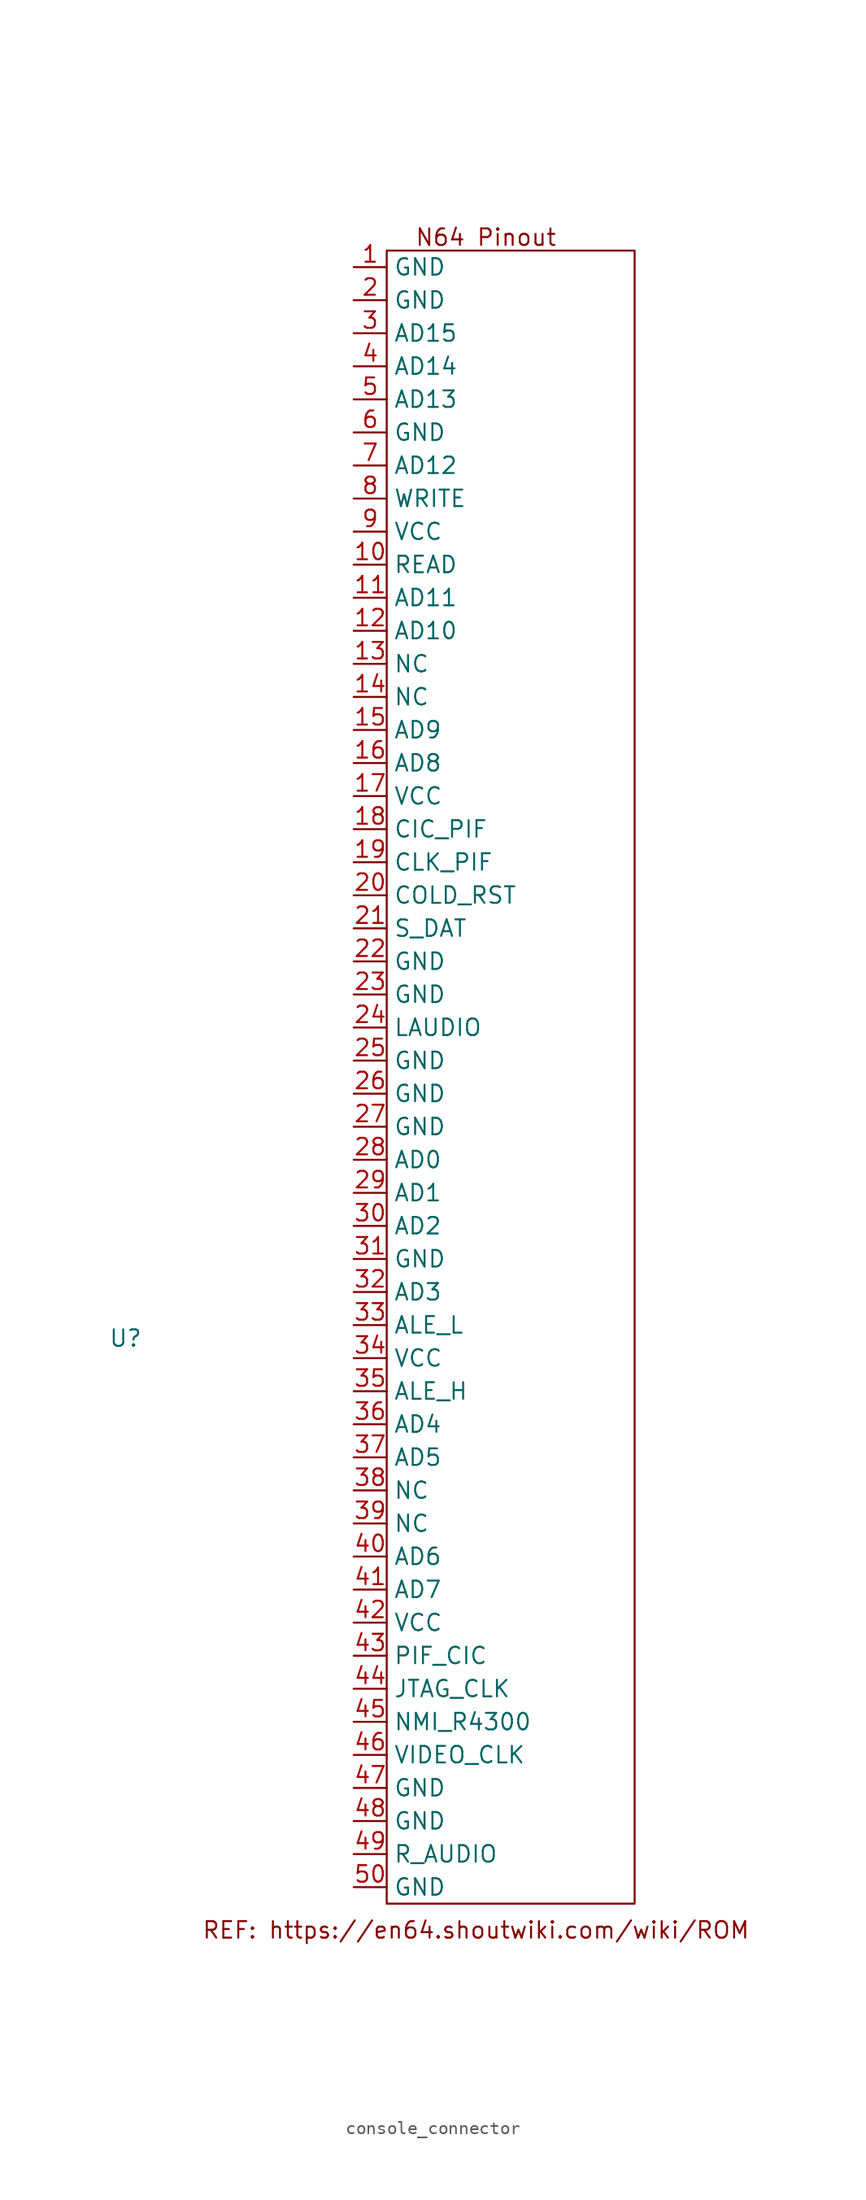
<source format=kicad_sym>
(kicad_symbol_lib
  (version 20231120)
  (generator "kicad_symbol_editor")
  (generator_version "8.0")
  (symbol "console_connector"
    (property "Reference" "U"
      (at -20.066 4.064 0)
      (effects (font (size 1.27 1.27))))
    (property "Value" ""
      (at 0 0 0)
      (effects (font (size 1.27 1.27))))
    (symbol "console_connector_0_1"
      (rectangle (start 0 87.63) (end 19.05 -39.37) (stroke (width 0) (type default)) (fill (type none))))
    (symbol "console_connector_1_1"
      (text "N64 Pinout" (at 7.62 88.646 0) (effects (font (size 1.27 1.27))))
      (text "REF: https://en64.shoutwiki.com/wiki/ROM" (at 6.858 -41.402 0) (effects (font (size 1.27 1.27))))
      (pin bidirectional line (at -2.54 86.36 0) (length 2.54) (name "GND" (effects (font (size 1.27 1.27)))) (number "1" (effects (font (size 1.27 1.27)))))
      (pin bidirectional line (at -2.54 63.5 0) (length 2.54) (name "READ" (effects (font (size 1.27 1.27)))) (number "10" (effects (font (size 1.27 1.27)))))
      (pin bidirectional line (at -2.54 60.96 0) (length 2.54) (name "AD11" (effects (font (size 1.27 1.27)))) (number "11" (effects (font (size 1.27 1.27)))))
      (pin bidirectional line (at -2.54 58.42 0) (length 2.54) (name "AD10" (effects (font (size 1.27 1.27)))) (number "12" (effects (font (size 1.27 1.27)))))
      (pin bidirectional line (at -2.54 55.88 0) (length 2.54) (name "NC" (effects (font (size 1.27 1.27)))) (number "13" (effects (font (size 1.27 1.27)))))
      (pin bidirectional line (at -2.54 53.34 0) (length 2.54) (name "NC" (effects (font (size 1.27 1.27)))) (number "14" (effects (font (size 1.27 1.27)))))
      (pin bidirectional line (at -2.54 50.8 0) (length 2.54) (name "AD9" (effects (font (size 1.27 1.27)))) (number "15" (effects (font (size 1.27 1.27)))))
      (pin bidirectional line (at -2.54 48.26 0) (length 2.54) (name "AD8" (effects (font (size 1.27 1.27)))) (number "16" (effects (font (size 1.27 1.27)))))
      (pin bidirectional line (at -2.54 45.72 0) (length 2.54) (name "VCC" (effects (font (size 1.27 1.27)))) (number "17" (effects (font (size 1.27 1.27)))))
      (pin bidirectional line (at -2.54 43.18 0) (length 2.54) (name "CIC_PIF" (effects (font (size 1.27 1.27)))) (number "18" (effects (font (size 1.27 1.27)))))
      (pin bidirectional line (at -2.54 40.64 0) (length 2.54) (name "CLK_PIF" (effects (font (size 1.27 1.27)))) (number "19" (effects (font (size 1.27 1.27)))))
      (pin bidirectional line (at -2.54 83.82 0) (length 2.54) (name "GND" (effects (font (size 1.27 1.27)))) (number "2" (effects (font (size 1.27 1.27)))))
      (pin bidirectional line (at -2.54 38.1 0) (length 2.54) (name "COLD_RST" (effects (font (size 1.27 1.27)))) (number "20" (effects (font (size 1.27 1.27)))))
      (pin bidirectional line (at -2.54 35.56 0) (length 2.54) (name "S_DAT" (effects (font (size 1.27 1.27)))) (number "21" (effects (font (size 1.27 1.27)))))
      (pin bidirectional line (at -2.54 33.02 0) (length 2.54) (name "GND" (effects (font (size 1.27 1.27)))) (number "22" (effects (font (size 1.27 1.27)))))
      (pin bidirectional line (at -2.54 30.48 0) (length 2.54) (name "GND" (effects (font (size 1.27 1.27)))) (number "23" (effects (font (size 1.27 1.27)))))
      (pin bidirectional line (at -2.54 27.94 0) (length 2.54) (name "LAUDIO" (effects (font (size 1.27 1.27)))) (number "24" (effects (font (size 1.27 1.27)))))
      (pin bidirectional line (at -2.54 25.4 0) (length 2.54) (name "GND" (effects (font (size 1.27 1.27)))) (number "25" (effects (font (size 1.27 1.27)))))
      (pin bidirectional line (at -2.54 22.86 0) (length 2.54) (name "GND" (effects (font (size 1.27 1.27)))) (number "26" (effects (font (size 1.27 1.27)))))
      (pin bidirectional line (at -2.54 20.32 0) (length 2.54) (name "GND" (effects (font (size 1.27 1.27)))) (number "27" (effects (font (size 1.27 1.27)))))
      (pin bidirectional line (at -2.54 17.78 0) (length 2.54) (name "AD0" (effects (font (size 1.27 1.27)))) (number "28" (effects (font (size 1.27 1.27)))))
      (pin bidirectional line (at -2.54 15.24 0) (length 2.54) (name "AD1" (effects (font (size 1.27 1.27)))) (number "29" (effects (font (size 1.27 1.27)))))
      (pin bidirectional line (at -2.54 81.28 0) (length 2.54) (name "AD15" (effects (font (size 1.27 1.27)))) (number "3" (effects (font (size 1.27 1.27)))))
      (pin bidirectional line (at -2.54 12.7 0) (length 2.54) (name "AD2" (effects (font (size 1.27 1.27)))) (number "30" (effects (font (size 1.27 1.27)))))
      (pin bidirectional line (at -2.54 10.16 0) (length 2.54) (name "GND" (effects (font (size 1.27 1.27)))) (number "31" (effects (font (size 1.27 1.27)))))
      (pin bidirectional line (at -2.54 7.62 0) (length 2.54) (name "AD3" (effects (font (size 1.27 1.27)))) (number "32" (effects (font (size 1.27 1.27)))))
      (pin bidirectional line (at -2.54 5.08 0) (length 2.54) (name "ALE_L" (effects (font (size 1.27 1.27)))) (number "33" (effects (font (size 1.27 1.27)))))
      (pin bidirectional line (at -2.54 2.54 0) (length 2.54) (name "VCC" (effects (font (size 1.27 1.27)))) (number "34" (effects (font (size 1.27 1.27)))))
      (pin bidirectional line (at -2.54 0 0) (length 2.54) (name "ALE_H" (effects (font (size 1.27 1.27)))) (number "35" (effects (font (size 1.27 1.27)))))
      (pin bidirectional line (at -2.54 -2.54 0) (length 2.54) (name "AD4" (effects (font (size 1.27 1.27)))) (number "36" (effects (font (size 1.27 1.27)))))
      (pin bidirectional line (at -2.54 -5.08 0) (length 2.54) (name "AD5" (effects (font (size 1.27 1.27)))) (number "37" (effects (font (size 1.27 1.27)))))
      (pin bidirectional line (at -2.54 -7.62 0) (length 2.54) (name "NC" (effects (font (size 1.27 1.27)))) (number "38" (effects (font (size 1.27 1.27)))))
      (pin bidirectional line (at -2.54 -10.16 0) (length 2.54) (name "NC" (effects (font (size 1.27 1.27)))) (number "39" (effects (font (size 1.27 1.27)))))
      (pin bidirectional line (at -2.54 78.74 0) (length 2.54) (name "AD14" (effects (font (size 1.27 1.27)))) (number "4" (effects (font (size 1.27 1.27)))))
      (pin bidirectional line (at -2.54 -12.7 0) (length 2.54) (name "AD6" (effects (font (size 1.27 1.27)))) (number "40" (effects (font (size 1.27 1.27)))))
      (pin bidirectional line (at -2.54 -15.24 0) (length 2.54) (name "AD7" (effects (font (size 1.27 1.27)))) (number "41" (effects (font (size 1.27 1.27)))))
      (pin bidirectional line (at -2.54 -17.78 0) (length 2.54) (name "VCC" (effects (font (size 1.27 1.27)))) (number "42" (effects (font (size 1.27 1.27)))))
      (pin bidirectional line (at -2.54 -20.32 0) (length 2.54) (name "PIF_CIC" (effects (font (size 1.27 1.27)))) (number "43" (effects (font (size 1.27 1.27)))))
      (pin bidirectional line (at -2.54 -22.86 0) (length 2.54) (name "JTAG_CLK" (effects (font (size 1.27 1.27)))) (number "44" (effects (font (size 1.27 1.27)))))
      (pin bidirectional line (at -2.54 -25.4 0) (length 2.54) (name "NMI_R4300" (effects (font (size 1.27 1.27)))) (number "45" (effects (font (size 1.27 1.27)))))
      (pin bidirectional line (at -2.54 -27.94 0) (length 2.54) (name "VIDEO_CLK" (effects (font (size 1.27 1.27)))) (number "46" (effects (font (size 1.27 1.27)))))
      (pin bidirectional line (at -2.54 -30.48 0) (length 2.54) (name "GND" (effects (font (size 1.27 1.27)))) (number "47" (effects (font (size 1.27 1.27)))))
      (pin bidirectional line (at -2.54 -33.02 0) (length 2.54) (name "GND" (effects (font (size 1.27 1.27)))) (number "48" (effects (font (size 1.27 1.27)))))
      (pin bidirectional line (at -2.54 -35.56 0) (length 2.54) (name "R_AUDIO" (effects (font (size 1.27 1.27)))) (number "49" (effects (font (size 1.27 1.27)))))
      (pin bidirectional line (at -2.54 76.2 0) (length 2.54) (name "AD13" (effects (font (size 1.27 1.27)))) (number "5" (effects (font (size 1.27 1.27)))))
      (pin bidirectional line (at -2.54 -38.1 0) (length 2.54) (name "GND" (effects (font (size 1.27 1.27)))) (number "50" (effects (font (size 1.27 1.27)))))
      (pin bidirectional line (at -2.54 73.66 0) (length 2.54) (name "GND" (effects (font (size 1.27 1.27)))) (number "6" (effects (font (size 1.27 1.27)))))
      (pin bidirectional line (at -2.54 71.12 0) (length 2.54) (name "AD12" (effects (font (size 1.27 1.27)))) (number "7" (effects (font (size 1.27 1.27)))))
      (pin bidirectional line (at -2.54 68.58 0) (length 2.54) (name "WRITE" (effects (font (size 1.27 1.27)))) (number "8" (effects (font (size 1.27 1.27)))))
      (pin bidirectional line (at -2.54 66.04 0) (length 2.54) (name "VCC" (effects (font (size 1.27 1.27)))) (number "9" (effects (font (size 1.27 1.27))))))))
</source>
